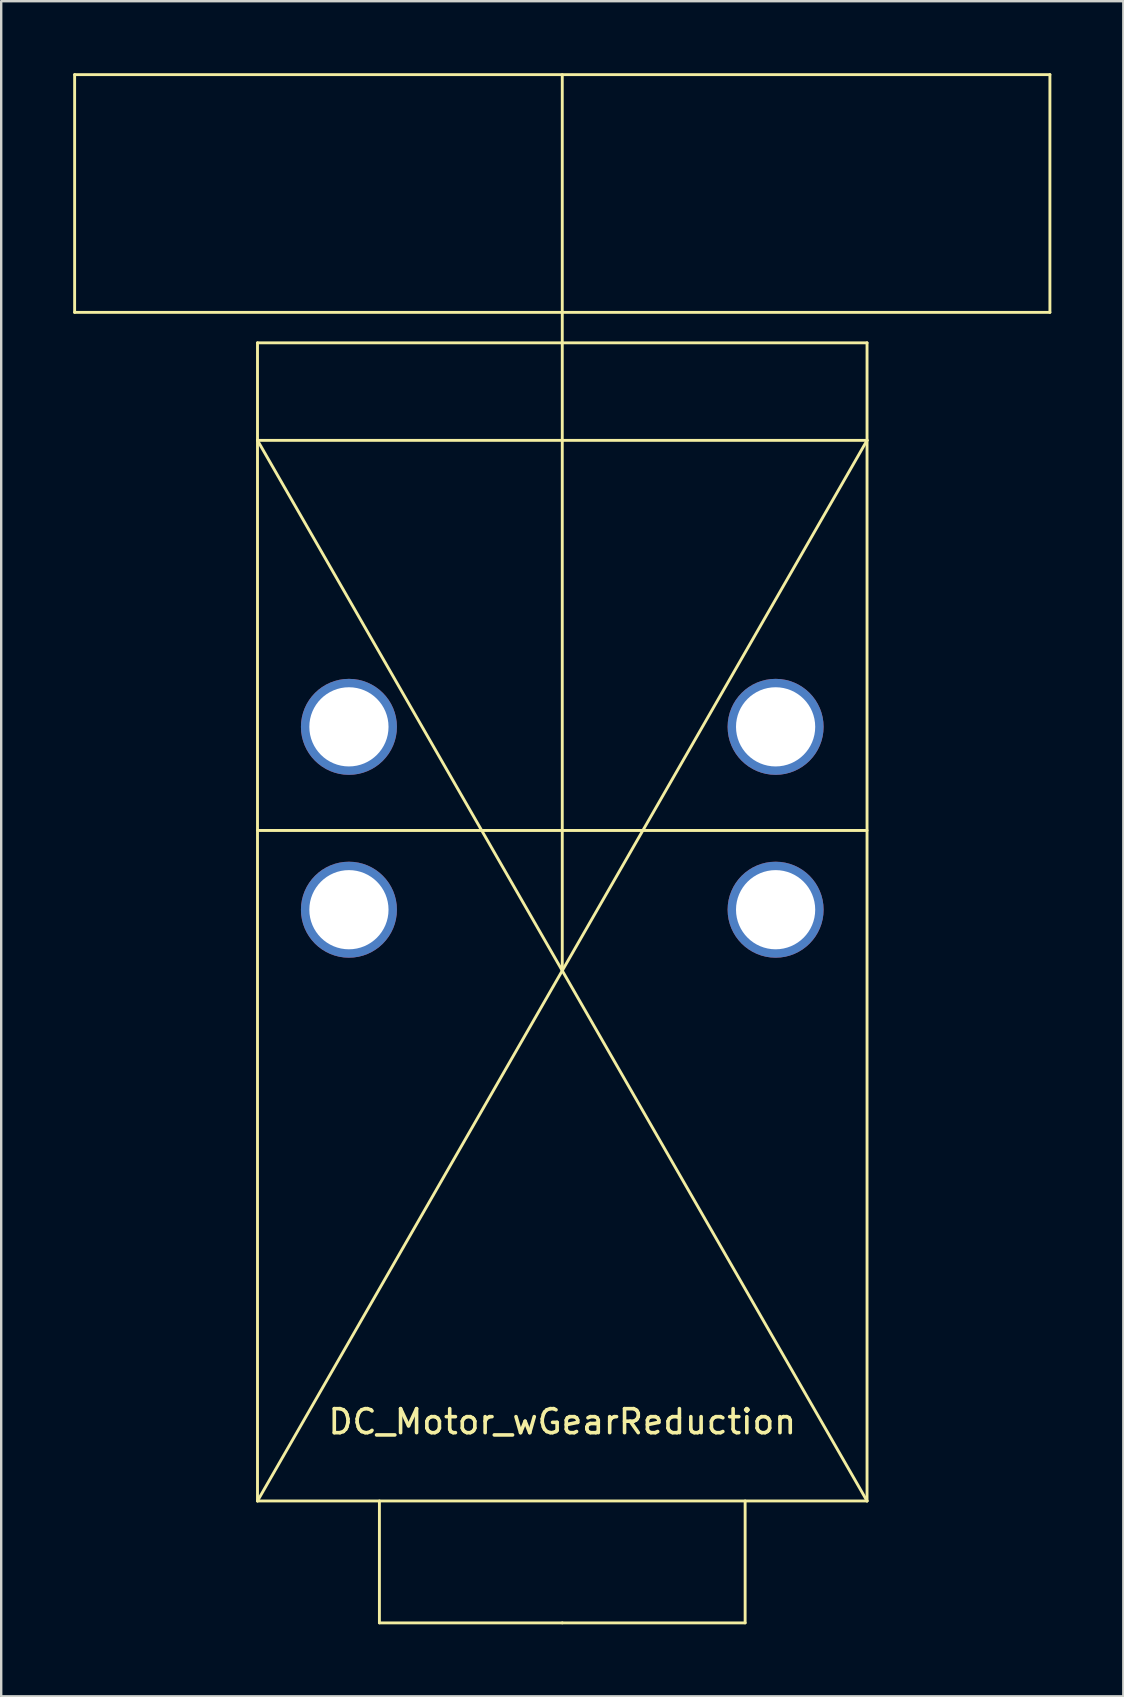
<source format=kicad_pcb>
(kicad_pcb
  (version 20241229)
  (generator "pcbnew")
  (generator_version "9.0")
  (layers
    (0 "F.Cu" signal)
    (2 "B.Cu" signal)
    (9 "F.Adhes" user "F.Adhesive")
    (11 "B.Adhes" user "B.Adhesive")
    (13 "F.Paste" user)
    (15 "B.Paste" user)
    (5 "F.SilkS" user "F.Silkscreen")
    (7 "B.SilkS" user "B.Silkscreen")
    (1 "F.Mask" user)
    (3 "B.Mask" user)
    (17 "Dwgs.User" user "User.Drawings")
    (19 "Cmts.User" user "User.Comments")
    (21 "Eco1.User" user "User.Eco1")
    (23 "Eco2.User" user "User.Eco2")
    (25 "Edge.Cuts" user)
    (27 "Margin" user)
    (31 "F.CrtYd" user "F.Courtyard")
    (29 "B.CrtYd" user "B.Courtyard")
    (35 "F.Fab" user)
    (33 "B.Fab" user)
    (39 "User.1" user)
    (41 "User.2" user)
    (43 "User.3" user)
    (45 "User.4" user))
  (footprint "DC_Motor_wGearReduction"
    (layer "F.Cu")
    (at 20.38 37.398)
    (property "Reference" "DC_Motor_wGearReduction" (at 0 18.796 0) (layer "F.SilkS") (effects (font (size 1 1) (thickness 0.15))))
    (attr through_hole)
    (fp_line (start -20.32 -37.338) (end -20.32 -27.432) (stroke (width 0.12) (type solid)) (layer "F.SilkS"))
    (fp_line (start -20.32 -27.432) (end 20.32 -27.432) (stroke (width 0.12) (type solid)) (layer "F.SilkS"))
    (fp_line (start -12.7 -26.162) (end -12.7 -22.098) (stroke (width 0.12) (type solid)) (layer "F.SilkS"))
    (fp_line (start -12.7 -22.098) (end -12.7 22.098) (stroke (width 0.12) (type solid)) (layer "F.SilkS"))
    (fp_line (start -12.7 -22.098) (end 12.7 22.098) (stroke (width 0.12) (type solid)) (layer "F.SilkS"))
    (fp_line (start -12.7 22.098) (end 12.7 -22.098) (stroke (width 0.12) (type solid)) (layer "F.SilkS"))
    (fp_line (start -12.7 22.098) (end 12.7 22.098) (stroke (width 0.12) (type solid)) (layer "F.SilkS"))
    (fp_line (start -7.62 27.178) (end -7.62 22.098) (stroke (width 0.12) (type solid)) (layer "F.SilkS"))
    (fp_line (start 0 -22.098) (end 0 -37.338) (stroke (width 0.12) (type solid)) (layer "F.SilkS"))
    (fp_line (start 0 0) (end 0 -22.098) (stroke (width 0.12) (type solid)) (layer "F.SilkS"))
    (fp_line (start 0 27.178) (end -7.62 27.178) (stroke (width 0.12) (type solid)) (layer "F.SilkS"))
    (fp_line (start 0 27.178) (end 7.62 27.178) (stroke (width 0.12) (type solid)) (layer "F.SilkS"))
    (fp_line (start 7.62 27.178) (end 7.62 22.098) (stroke (width 0.12) (type solid)) (layer "F.SilkS"))
    (fp_line (start 12.7 -26.162) (end -12.7 -26.162) (stroke (width 0.12) (type solid)) (layer "F.SilkS"))
    (fp_line (start 12.7 -22.098) (end -12.7 -22.098) (stroke (width 0.12) (type solid)) (layer "F.SilkS"))
    (fp_line (start 12.7 -22.098) (end 12.7 -26.162) (stroke (width 0.12) (type solid)) (layer "F.SilkS"))
    (fp_line (start 12.7 -5.842) (end -12.7 -5.842) (stroke (width 0.12) (type solid)) (layer "F.SilkS"))
    (fp_line (start 12.7 22.098) (end 12.7 -22.098) (stroke (width 0.12) (type solid)) (layer "F.SilkS"))
    (fp_line (start 20.32 -37.338) (end -20.32 -37.338) (stroke (width 0.12) (type solid)) (layer "F.SilkS"))
    (fp_line (start 20.32 -27.432) (end 20.32 -37.338) (stroke (width 0.12) (type solid)) (layer "F.SilkS"))
    (pad "1" thru_hole circle (at 8.89 -10.16) (size 4 4) (drill 3.3) (layers "*.Cu" "*.Mask"))
    (pad "2" thru_hole circle (at 8.89 -2.54) (size 4 4) (drill 3.3) (layers "*.Cu" "*.Mask"))
    (pad "3" thru_hole circle (at -8.89 -2.54) (size 4 4) (drill 3.3) (layers "*.Cu" "*.Mask"))
    (pad "4" thru_hole circle (at -8.89 -10.16) (size 4 4) (drill 3.3) (layers "*.Cu" "*.Mask")))
  (gr_rect
    (start -3 -3)
    (end 43.76 67.636)
    (stroke (width 0.1) (type default))
    (fill no)
    (layer "Edge.Cuts")))
</source>
